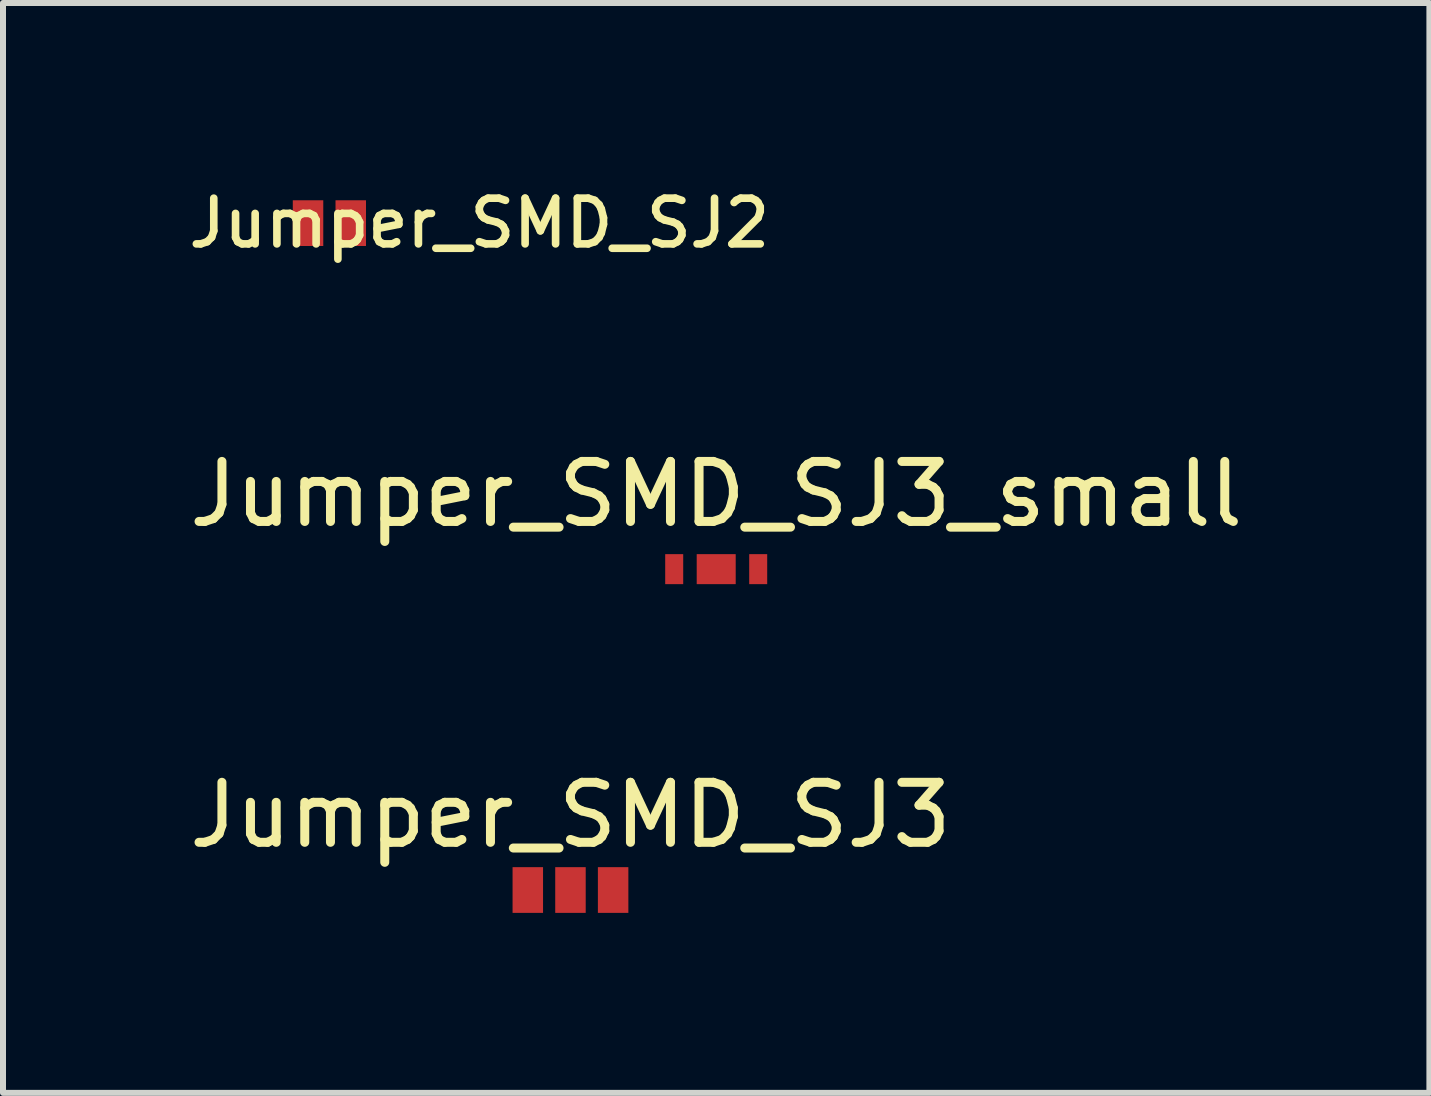
<source format=kicad_pcb>
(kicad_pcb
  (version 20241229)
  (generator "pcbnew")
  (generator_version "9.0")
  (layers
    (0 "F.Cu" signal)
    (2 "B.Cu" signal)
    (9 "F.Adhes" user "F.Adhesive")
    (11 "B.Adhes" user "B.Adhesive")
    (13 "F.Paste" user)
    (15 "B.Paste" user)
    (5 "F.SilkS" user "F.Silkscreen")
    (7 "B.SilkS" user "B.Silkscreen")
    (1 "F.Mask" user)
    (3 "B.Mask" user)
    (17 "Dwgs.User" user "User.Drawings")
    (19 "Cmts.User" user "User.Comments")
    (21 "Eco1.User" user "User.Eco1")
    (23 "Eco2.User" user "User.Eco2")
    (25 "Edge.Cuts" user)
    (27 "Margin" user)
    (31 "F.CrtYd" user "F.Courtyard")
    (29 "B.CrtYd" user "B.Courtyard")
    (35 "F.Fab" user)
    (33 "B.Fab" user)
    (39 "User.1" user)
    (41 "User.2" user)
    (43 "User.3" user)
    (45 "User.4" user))
  (footprint "Jumper_SMD_SJ2"
    (layer "F.Cu")
    (at 2.44 0.669)
    (property "Reference" "Jumper_SMD_SJ2" (at 2.5 0 0) (layer "F.SilkS") (effects (font (size 0.762 0.762) (thickness 0.127))))
    (attr smd)
    (pad "1" smd rect (at -0.356 0) (size 0.508 0.762) (layers "F.Cu" "F.Mask" "F.Paste"))
    (pad "2" smd rect (at 0.356 0) (size 0.508 0.762) (layers "F.Cu" "F.Mask" "F.Paste")))
  (footprint "Jumper_SMD_SJ3"
    (layer "F.Cu")
    (at 6.458 11.784)
    (property "Reference" "Jumper_SMD_SJ3" (at 0 -1.25 0) (layer "F.SilkS") (effects (font (size 1 1) (thickness 0.15))))
    (attr smd)
    (pad "1" smd rect (at -0.711 0) (size 0.508 0.762) (layers "F.Cu" "F.Mask" "F.Paste"))
    (pad "2" smd rect (at 0 0) (size 0.508 0.762) (layers "F.Cu" "F.Mask" "F.Paste"))
    (pad "3" smd rect (at 0.711 0) (size 0.508 0.762) (layers "F.Cu" "F.Mask" "F.Paste")))
  (footprint "Jumper_SMD_SJ3_small"
    (layer "F.Cu")
    (at 8.887 6.436)
    (property "Reference" "Jumper_SMD_SJ3_small" (at 0 -1.25 0) (layer "F.SilkS") (effects (font (size 1 1) (thickness 0.15))))
    (attr smd)
    (fp_poly (pts (xy -0.85 0.25) (xy 0.85 0.25) (xy 0.85 -0.25) (xy -0.85 -0.25)) (stroke (width 0) (type solid)) (fill yes) (layer "F.Mask"))
    (pad "1" smd rect (at -0.7 0) (size 0.3 0.5) (layers "F.Cu" "F.Mask" "F.Paste"))
    (pad "2" smd rect (at 0 0) (size 0.65 0.5) (layers "F.Cu" "F.Mask" "F.Paste"))
    (pad "3" smd rect (at 0.7 0) (size 0.3 0.5) (layers "F.Cu" "F.Mask" "F.Paste")))
  (gr_rect
    (start -3 -3)
    (end 20.774 15.165)
    (stroke (width 0.1) (type default))
    (fill no)
    (layer "Edge.Cuts")))
</source>
